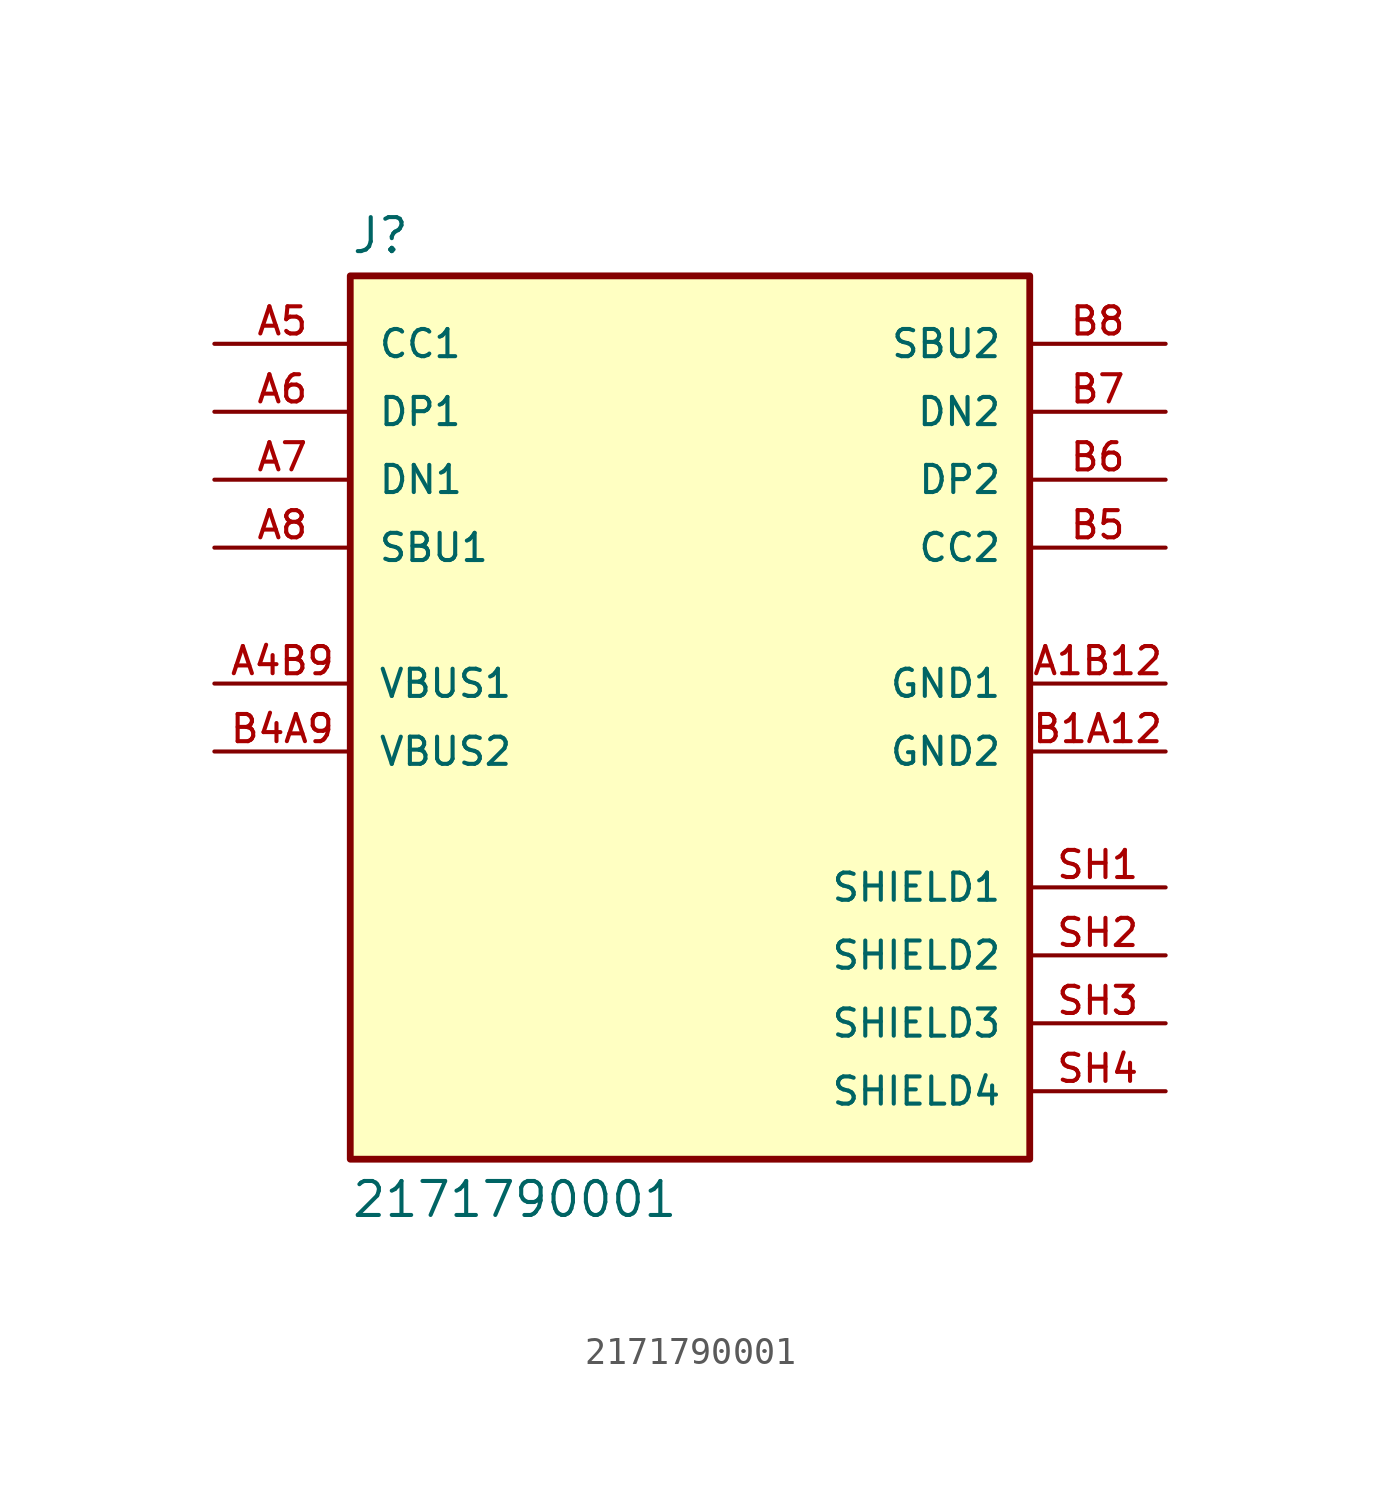
<source format=kicad_sym>
(kicad_symbol_lib
  (version 20241209)
  (generator "kicad_symbol_editor")
  (generator_version "9.0")
  (symbol "2171790001"
    (pin_names
      (offset 1.016))
    (property "Reference" "J"
      (at -12.7 16.002 0)
      (effects (font (size 1.27 1.27)) (justify left bottom)))
    (property "Value" "2171790001"
      (at -12.7 -18.542 0)
      (effects (font (size 1.27 1.27)) (justify left top)))
    (symbol "2171790001_0_0"
      (rectangle (start -12.7 -17.78) (end 12.7 15.24) (stroke (width 0.254) (type default)) (fill (type background)))
      (pin bidirectional line (at -17.78 12.7 0) (length 5.08) (name "CC1" (effects (font (size 1.016 1.016)))) (number "A5" (effects (font (size 1.016 1.016)))))
      (pin bidirectional line (at -17.78 10.16 0) (length 5.08) (name "DP1" (effects (font (size 1.016 1.016)))) (number "A6" (effects (font (size 1.016 1.016)))))
      (pin bidirectional line (at -17.78 7.62 0) (length 5.08) (name "DN1" (effects (font (size 1.016 1.016)))) (number "A7" (effects (font (size 1.016 1.016)))))
      (pin bidirectional line (at -17.78 5.08 0) (length 5.08) (name "SBU1" (effects (font (size 1.016 1.016)))) (number "A8" (effects (font (size 1.016 1.016)))))
      (pin power_in line (at -17.78 0 0) (length 5.08) (name "VBUS1" (effects (font (size 1.016 1.016)))) (number "A4B9" (effects (font (size 1.016 1.016)))))
      (pin power_in line (at -17.78 -2.54 0) (length 5.08) (name "VBUS2" (effects (font (size 1.016 1.016)))) (number "B4A9" (effects (font (size 1.016 1.016)))))
      (pin bidirectional line (at 17.78 12.7 180) (length 5.08) (name "SBU2" (effects (font (size 1.016 1.016)))) (number "B8" (effects (font (size 1.016 1.016)))))
      (pin bidirectional line (at 17.78 10.16 180) (length 5.08) (name "DN2" (effects (font (size 1.016 1.016)))) (number "B7" (effects (font (size 1.016 1.016)))))
      (pin bidirectional line (at 17.78 7.62 180) (length 5.08) (name "DP2" (effects (font (size 1.016 1.016)))) (number "B6" (effects (font (size 1.016 1.016)))))
      (pin bidirectional line (at 17.78 5.08 180) (length 5.08) (name "CC2" (effects (font (size 1.016 1.016)))) (number "B5" (effects (font (size 1.016 1.016)))))
      (pin power_in line (at 17.78 0 180) (length 5.08) (name "GND1" (effects (font (size 1.016 1.016)))) (number "A1B12" (effects (font (size 1.016 1.016)))))
      (pin power_in line (at 17.78 -2.54 180) (length 5.08) (name "GND2" (effects (font (size 1.016 1.016)))) (number "B1A12" (effects (font (size 1.016 1.016)))))
      (pin passive line (at 17.78 -7.62 180) (length 5.08) (name "SHIELD1" (effects (font (size 1.016 1.016)))) (number "SH1" (effects (font (size 1.016 1.016)))))
      (pin passive line (at 17.78 -10.16 180) (length 5.08) (name "SHIELD2" (effects (font (size 1.016 1.016)))) (number "SH2" (effects (font (size 1.016 1.016)))))
      (pin passive line (at 17.78 -12.7 180) (length 5.08) (name "SHIELD3" (effects (font (size 1.016 1.016)))) (number "SH3" (effects (font (size 1.016 1.016)))))
      (pin passive line (at 17.78 -15.24 180) (length 5.08) (name "SHIELD4" (effects (font (size 1.016 1.016)))) (number "SH4" (effects (font (size 1.016 1.016))))))))
</source>
